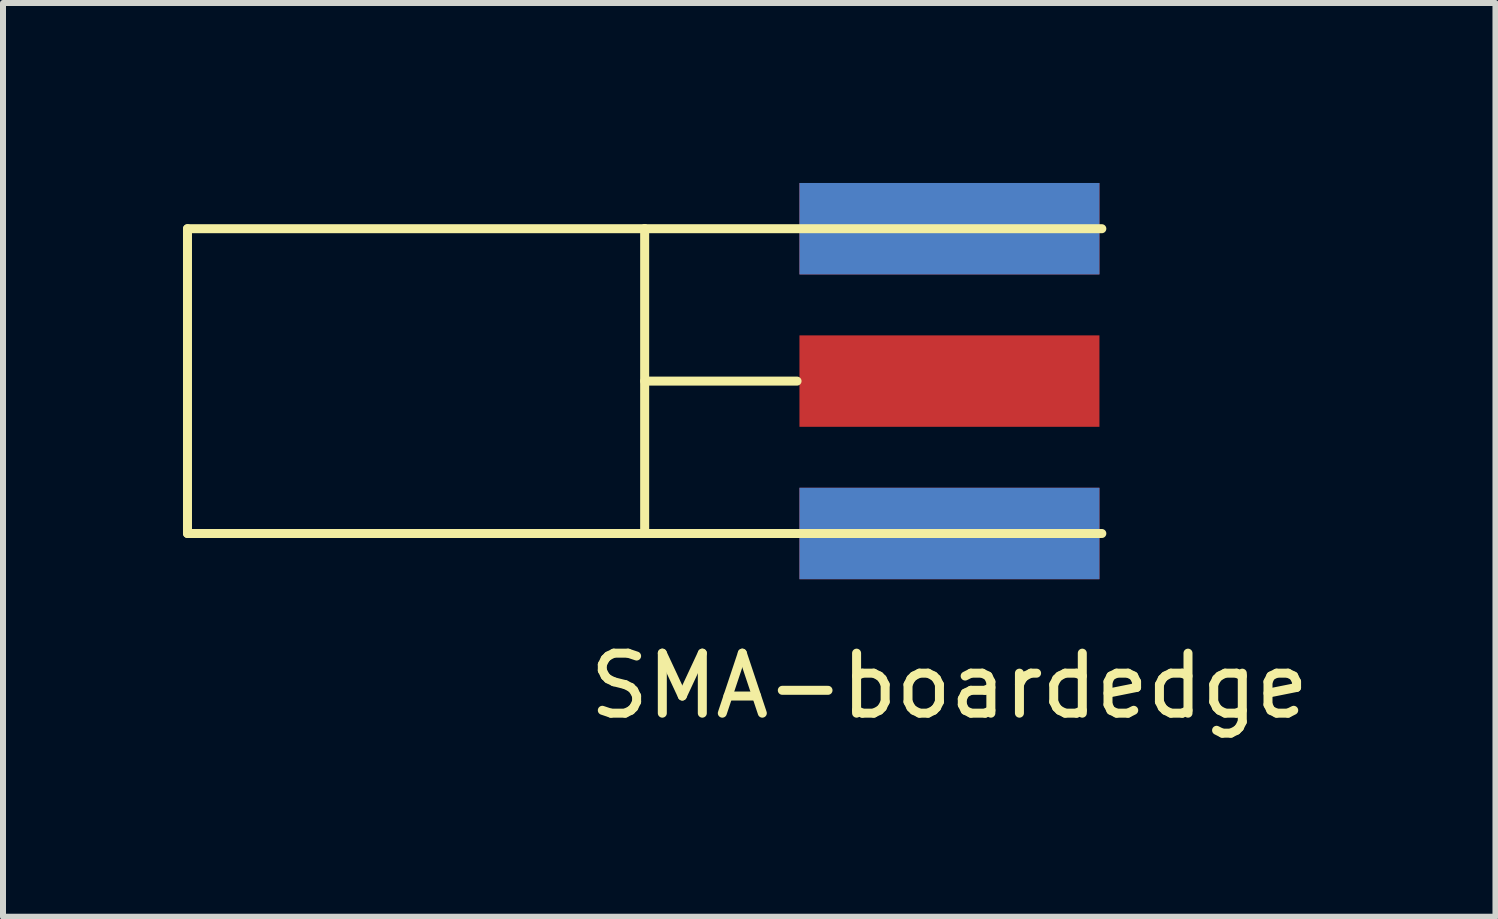
<source format=kicad_pcb>
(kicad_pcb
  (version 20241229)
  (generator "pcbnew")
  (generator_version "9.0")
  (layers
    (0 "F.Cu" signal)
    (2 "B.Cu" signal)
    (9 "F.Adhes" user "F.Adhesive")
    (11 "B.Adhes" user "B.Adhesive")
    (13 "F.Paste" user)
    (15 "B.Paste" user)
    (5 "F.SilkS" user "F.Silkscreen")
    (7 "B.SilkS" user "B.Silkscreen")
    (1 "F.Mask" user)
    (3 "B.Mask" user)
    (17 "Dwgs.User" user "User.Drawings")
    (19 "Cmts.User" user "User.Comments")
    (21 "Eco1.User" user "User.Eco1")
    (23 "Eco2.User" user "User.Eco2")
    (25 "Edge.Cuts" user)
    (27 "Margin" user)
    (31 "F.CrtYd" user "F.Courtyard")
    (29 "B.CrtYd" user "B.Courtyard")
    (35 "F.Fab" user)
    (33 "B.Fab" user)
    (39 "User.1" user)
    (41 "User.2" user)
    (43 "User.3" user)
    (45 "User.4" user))
  (footprint "SMA-boardedge"
    (layer "F.Cu")
    (at 12.775 0.762)
    (property "Reference" "SMA-boardedge" (at 0 7.62 0) (layer "F.SilkS") (effects (font (size 1 1) (thickness 0.15))))
    (attr through_hole)
    (fp_line (start -12.7 0) (end -12.7 5.08) (stroke (width 0.15) (type solid)) (layer "F.SilkS"))
    (fp_line (start -12.7 5.08) (end -5.08 5.08) (stroke (width 0.15) (type solid)) (layer "F.SilkS"))
    (fp_line (start -5.08 0) (end -12.7 0) (stroke (width 0.15) (type solid)) (layer "F.SilkS"))
    (fp_line (start -5.08 0) (end -5.08 5.08) (stroke (width 0.15) (type solid)) (layer "F.SilkS"))
    (fp_line (start -5.08 5.08) (end 2.54 5.08) (stroke (width 0.15) (type solid)) (layer "F.SilkS"))
    (fp_line (start -2.54 2.54) (end -5.08 2.54) (stroke (width 0.15) (type solid)) (layer "F.SilkS"))
    (fp_line (start 2.54 0) (end -5.08 0) (stroke (width 0.15) (type solid)) (layer "F.SilkS"))
    (pad "1" smd rect (at 0 2.54) (size 5 1.524) (layers "F.Cu" "F.Mask" "F.Paste"))
    (pad "2" smd rect (at 0 0) (size 5 1.524) (layers "F.Cu" "F.Mask" "F.Paste"))
    (pad "2" smd rect (at 0 0) (size 5 1.524) (layers "F.Mask" "B.Cu" "F.Paste"))
    (pad "2" smd rect (at 0 5.08) (size 5 1.524) (layers "F.Cu" "F.Mask" "F.Paste"))
    (pad "2" smd rect (at 0 5.08) (size 5 1.524) (layers "F.Mask" "B.Cu" "F.Paste")))
  (gr_rect
    (start -3 -3)
    (end 21.876 12.23)
    (stroke (width 0.1) (type default))
    (fill no)
    (layer "Edge.Cuts")))
</source>
